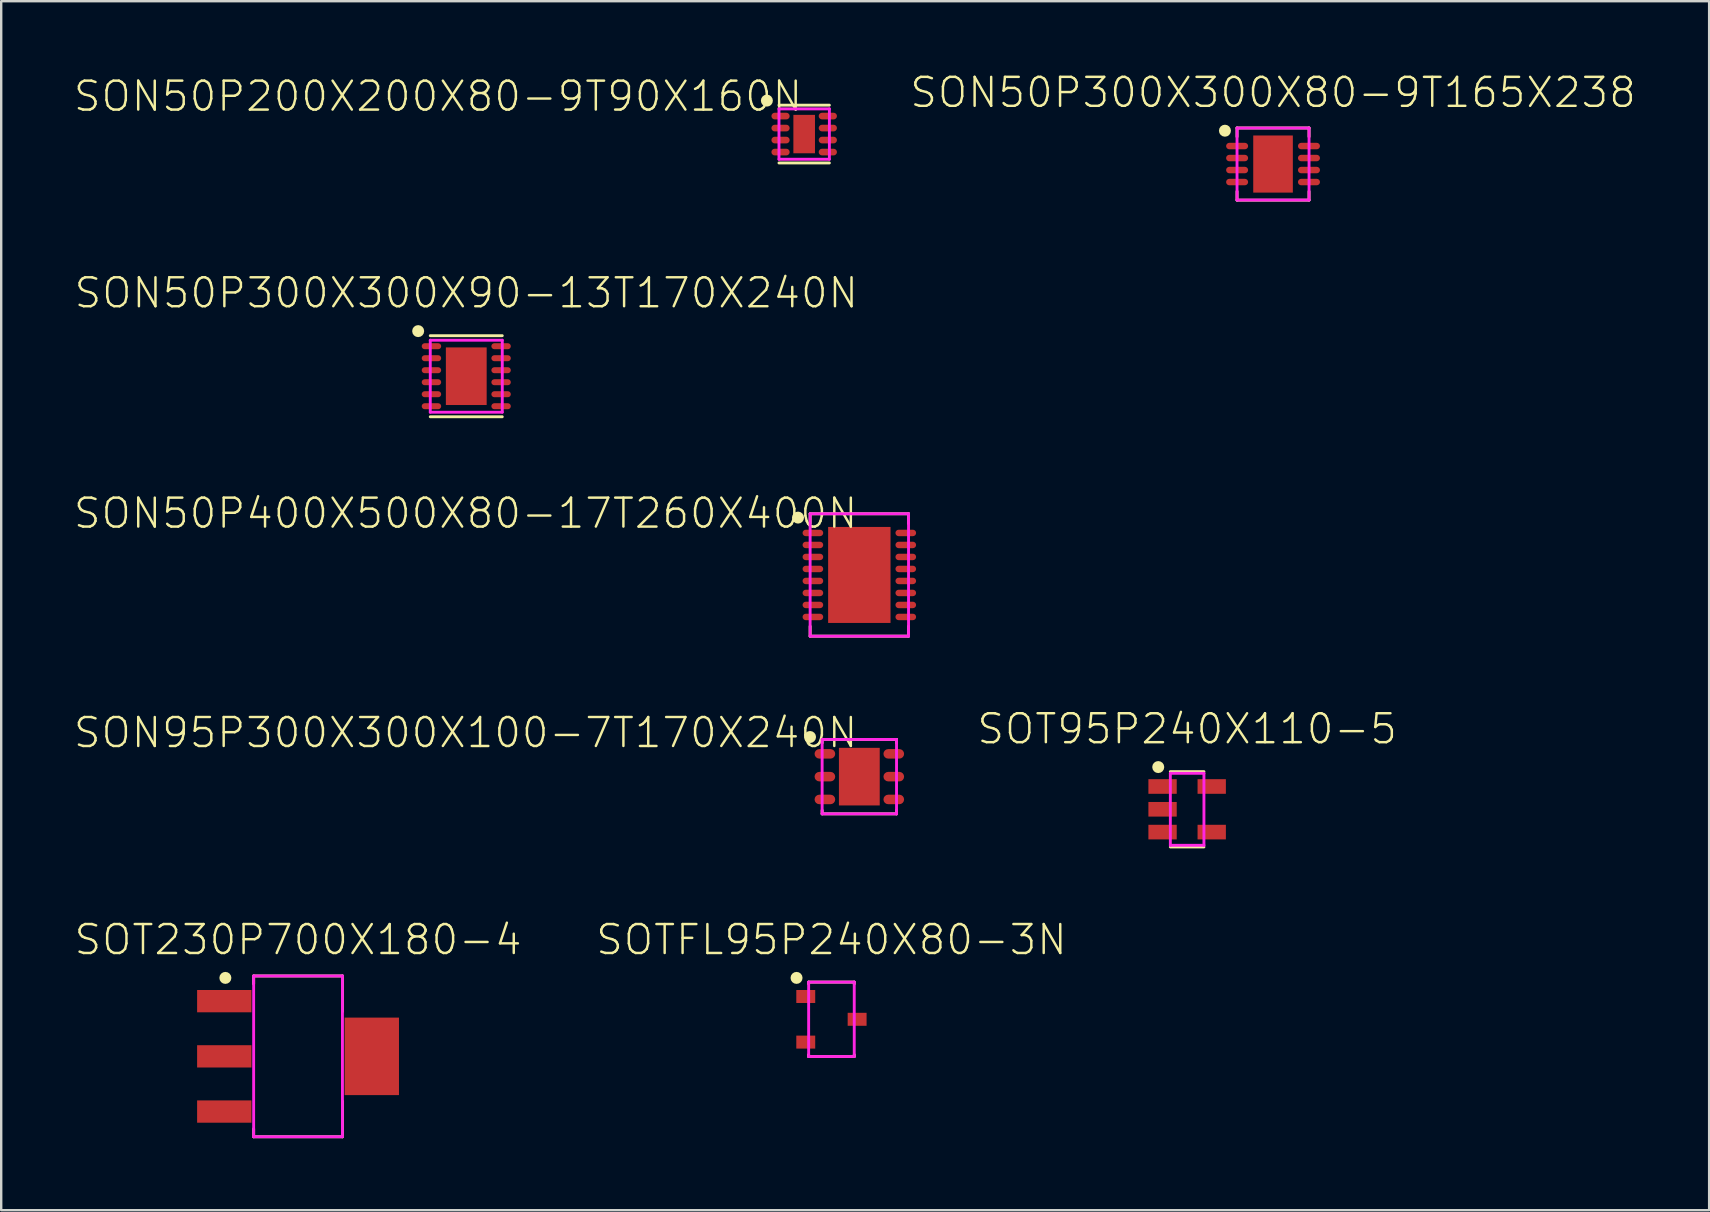
<source format=kicad_pcb>
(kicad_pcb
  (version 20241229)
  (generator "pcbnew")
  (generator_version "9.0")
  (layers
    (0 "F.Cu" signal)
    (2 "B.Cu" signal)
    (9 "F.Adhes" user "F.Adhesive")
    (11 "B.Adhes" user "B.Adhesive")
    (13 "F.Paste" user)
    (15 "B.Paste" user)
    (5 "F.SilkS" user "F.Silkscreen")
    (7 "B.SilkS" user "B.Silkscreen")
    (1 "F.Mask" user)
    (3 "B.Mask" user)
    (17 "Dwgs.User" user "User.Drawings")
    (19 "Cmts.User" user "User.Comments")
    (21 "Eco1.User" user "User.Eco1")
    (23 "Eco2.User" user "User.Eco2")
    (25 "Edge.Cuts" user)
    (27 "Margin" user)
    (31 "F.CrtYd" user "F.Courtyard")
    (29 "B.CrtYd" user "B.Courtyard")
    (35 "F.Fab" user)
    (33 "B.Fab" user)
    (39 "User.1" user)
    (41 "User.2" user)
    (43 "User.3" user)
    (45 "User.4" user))
  (footprint "SON50P400X500X80-17T260X400N"
    (layer "F.Cu")
    (at 32.754 20.905)
    (property "Reference" "SON50P400X500X80-17T260X400N" (at 0 -3.274 0) (layer "F.SilkS") (effects (font (size 1.206 1.206) (thickness 0.102)) (justify right top)))
    (attr through_hole)
    (fp_line (start -2.05 -2.55) (end 2.05 -2.55) (stroke (width 0.12) (type solid)) (layer "F.SilkS"))
    (fp_line (start -2.05 -2.139) (end -2.05 -2.55) (stroke (width 0.12) (type solid)) (layer "F.SilkS"))
    (fp_line (start -2.05 2.139) (end -2.05 2.55) (stroke (width 0.12) (type solid)) (layer "F.SilkS"))
    (fp_line (start -2.05 2.55) (end 2.05 2.55) (stroke (width 0.12) (type solid)) (layer "F.SilkS"))
    (fp_line (start 2.05 -2.55) (end 2.05 -2.139) (stroke (width 0.12) (type solid)) (layer "F.SilkS"))
    (fp_line (start 2.05 2.55) (end 2.05 2.139) (stroke (width 0.12) (type solid)) (layer "F.SilkS"))
    (fp_circle (center -2.554 -2.389) (end -2.429 -2.389) (stroke (width 0.25) (type solid)) (fill no) (layer "F.SilkS"))
    (fp_line (start -2.05 -2.55) (end 2.05 -2.55) (stroke (width 0.12) (type solid)) (layer "F.CrtYd"))
    (fp_line (start -2.05 2.55) (end -2.05 -2.55) (stroke (width 0.12) (type solid)) (layer "F.CrtYd"))
    (fp_line (start 2.05 -2.55) (end 2.05 2.55) (stroke (width 0.12) (type solid)) (layer "F.CrtYd"))
    (fp_line (start 2.05 2.55) (end -2.05 2.55) (stroke (width 0.12) (type solid)) (layer "F.CrtYd"))
    (pad "1" smd roundrect (at -1.935 -1.75) (size 0.86 0.27) (layers "F.Cu" "F.Mask" "F.Paste") (roundrect_rratio 0.5))
    (pad "2" smd roundrect (at -1.935 -1.25) (size 0.86 0.27) (layers "F.Cu" "F.Mask" "F.Paste") (roundrect_rratio 0.5))
    (pad "3" smd roundrect (at -1.935 -0.75) (size 0.86 0.27) (layers "F.Cu" "F.Mask" "F.Paste") (roundrect_rratio 0.5))
    (pad "4" smd roundrect (at -1.935 -0.25) (size 0.86 0.27) (layers "F.Cu" "F.Mask" "F.Paste") (roundrect_rratio 0.5))
    (pad "5" smd roundrect (at -1.935 0.25) (size 0.86 0.27) (layers "F.Cu" "F.Mask" "F.Paste") (roundrect_rratio 0.5))
    (pad "6" smd roundrect (at -1.935 0.75) (size 0.86 0.27) (layers "F.Cu" "F.Mask" "F.Paste") (roundrect_rratio 0.5))
    (pad "7" smd roundrect (at -1.935 1.25) (size 0.86 0.27) (layers "F.Cu" "F.Mask" "F.Paste") (roundrect_rratio 0.5))
    (pad "8" smd roundrect (at -1.935 1.75) (size 0.86 0.27) (layers "F.Cu" "F.Mask" "F.Paste") (roundrect_rratio 0.5))
    (pad "9" smd roundrect (at 1.935 1.75) (size 0.86 0.27) (layers "F.Cu" "F.Mask" "F.Paste") (roundrect_rratio 0.5))
    (pad "10" smd roundrect (at 1.935 1.25) (size 0.86 0.27) (layers "F.Cu" "F.Mask" "F.Paste") (roundrect_rratio 0.5))
    (pad "11" smd roundrect (at 1.935 0.75) (size 0.86 0.27) (layers "F.Cu" "F.Mask" "F.Paste") (roundrect_rratio 0.5))
    (pad "12" smd roundrect (at 1.935 0.25) (size 0.86 0.27) (layers "F.Cu" "F.Mask" "F.Paste") (roundrect_rratio 0.5))
    (pad "13" smd roundrect (at 1.935 -0.25) (size 0.86 0.27) (layers "F.Cu" "F.Mask" "F.Paste") (roundrect_rratio 0.5))
    (pad "14" smd roundrect (at 1.935 -0.75) (size 0.86 0.27) (layers "F.Cu" "F.Mask" "F.Paste") (roundrect_rratio 0.5))
    (pad "15" smd roundrect (at 1.935 -1.25) (size 0.86 0.27) (layers "F.Cu" "F.Mask" "F.Paste") (roundrect_rratio 0.5))
    (pad "16" smd roundrect (at 1.935 -1.75) (size 0.86 0.27) (layers "F.Cu" "F.Mask" "F.Paste") (roundrect_rratio 0.5))
    (pad "17" smd rect (at 0 0) (size 2.6 4) (layers "F.Cu" "F.Mask" "F.Paste")))
  (footprint "SON95P300X300X100-7T170X240N"
    (layer "F.Cu")
    (at 32.754 29.309)
    (property "Reference" "SON95P300X300X100-7T170X240N" (at 0 -2.537 0) (layer "F.SilkS") (effects (font (size 1.206 1.206) (thickness 0.102)) (justify right top)))
    (attr through_hole)
    (fp_line (start -1.55 -1.55) (end 1.55 -1.55) (stroke (width 0.12) (type solid)) (layer "F.SilkS"))
    (fp_line (start -1.55 -1.402) (end -1.55 -1.55) (stroke (width 0.12) (type solid)) (layer "F.SilkS"))
    (fp_line (start -1.55 1.402) (end -1.55 1.55) (stroke (width 0.12) (type solid)) (layer "F.SilkS"))
    (fp_line (start -1.55 1.55) (end 1.55 1.55) (stroke (width 0.12) (type solid)) (layer "F.SilkS"))
    (fp_line (start 1.55 -1.55) (end 1.55 -1.402) (stroke (width 0.12) (type solid)) (layer "F.SilkS"))
    (fp_line (start 1.55 1.55) (end 1.55 1.402) (stroke (width 0.12) (type solid)) (layer "F.SilkS"))
    (fp_circle (center -2.054 -1.652) (end -1.929 -1.652) (stroke (width 0.25) (type solid)) (fill no) (layer "F.SilkS"))
    (fp_line (start -1.55 -1.55) (end 1.55 -1.55) (stroke (width 0.12) (type solid)) (layer "F.CrtYd"))
    (fp_line (start -1.55 1.55) (end -1.55 -1.55) (stroke (width 0.12) (type solid)) (layer "F.CrtYd"))
    (fp_line (start 1.55 -1.55) (end 1.55 1.55) (stroke (width 0.12) (type solid)) (layer "F.CrtYd"))
    (fp_line (start 1.55 1.55) (end -1.55 1.55) (stroke (width 0.12) (type solid)) (layer "F.CrtYd"))
    (pad "1" smd roundrect (at -1.435 -0.95) (size 0.86 0.397) (layers "F.Cu" "F.Mask" "F.Paste") (roundrect_rratio 0.5))
    (pad "2" smd roundrect (at -1.435 0) (size 0.86 0.397) (layers "F.Cu" "F.Mask" "F.Paste") (roundrect_rratio 0.5))
    (pad "3" smd roundrect (at -1.435 0.95) (size 0.86 0.397) (layers "F.Cu" "F.Mask" "F.Paste") (roundrect_rratio 0.5))
    (pad "4" smd roundrect (at 1.435 0.95) (size 0.86 0.397) (layers "F.Cu" "F.Mask" "F.Paste") (roundrect_rratio 0.5))
    (pad "5" smd roundrect (at 1.435 0) (size 0.86 0.397) (layers "F.Cu" "F.Mask" "F.Paste") (roundrect_rratio 0.5))
    (pad "6" smd roundrect (at 1.435 -0.95) (size 0.86 0.397) (layers "F.Cu" "F.Mask" "F.Paste") (roundrect_rratio 0.5))
    (pad "7" smd rect (at 0 0) (size 1.7 2.4) (layers "F.Cu" "F.Mask" "F.Paste")))
  (footprint "SON50P200X200X80-9T90X160N"
    (layer "F.Cu")
    (at 30.456 2.536)
    (property "Reference" "SON50P200X200X80-9T90X160N" (at 0 -2.279 0) (layer "F.SilkS") (effects (font (size 1.206 1.206) (thickness 0.102)) (justify right top)))
    (attr through_hole)
    (fp_line (start -1.05 -1.204) (end 1.05 -1.204) (stroke (width 0.12) (type solid)) (layer "F.SilkS"))
    (fp_line (start -1.05 1.204) (end 1.05 1.204) (stroke (width 0.12) (type solid)) (layer "F.SilkS"))
    (fp_circle (center -1.554 -1.394) (end -1.429 -1.394) (stroke (width 0.25) (type solid)) (fill no) (layer "F.SilkS"))
    (fp_line (start -1.05 -1.05) (end 1.05 -1.05) (stroke (width 0.12) (type solid)) (layer "F.CrtYd"))
    (fp_line (start -1.05 1.05) (end -1.05 -1.05) (stroke (width 0.12) (type solid)) (layer "F.CrtYd"))
    (fp_line (start 1.05 -1.05) (end 1.05 1.05) (stroke (width 0.12) (type solid)) (layer "F.CrtYd"))
    (fp_line (start 1.05 1.05) (end -1.05 1.05) (stroke (width 0.12) (type solid)) (layer "F.CrtYd"))
    (pad "1" smd roundrect (at -0.985 -0.75) (size 0.76 0.279) (layers "F.Cu" "F.Mask" "F.Paste") (roundrect_rratio 0.5))
    (pad "2" smd roundrect (at -0.985 -0.25) (size 0.76 0.279) (layers "F.Cu" "F.Mask" "F.Paste") (roundrect_rratio 0.5))
    (pad "3" smd roundrect (at -0.985 0.25) (size 0.76 0.279) (layers "F.Cu" "F.Mask" "F.Paste") (roundrect_rratio 0.5))
    (pad "4" smd roundrect (at -0.985 0.75) (size 0.76 0.279) (layers "F.Cu" "F.Mask" "F.Paste") (roundrect_rratio 0.5))
    (pad "5" smd roundrect (at 0.985 0.75) (size 0.76 0.279) (layers "F.Cu" "F.Mask" "F.Paste") (roundrect_rratio 0.5))
    (pad "6" smd roundrect (at 0.985 0.25) (size 0.76 0.279) (layers "F.Cu" "F.Mask" "F.Paste") (roundrect_rratio 0.5))
    (pad "7" smd roundrect (at 0.985 -0.25) (size 0.76 0.279) (layers "F.Cu" "F.Mask" "F.Paste") (roundrect_rratio 0.5))
    (pad "8" smd roundrect (at 0.985 -0.75) (size 0.76 0.279) (layers "F.Cu" "F.Mask" "F.Paste") (roundrect_rratio 0.5))
    (pad "9" smd rect (at 0 0) (size 0.9 1.6) (layers "F.Cu" "F.Mask" "F.Paste")))
  (footprint "SON50P300X300X80-9T165X238"
    (layer "F.Cu")
    (at 49.991 3.785)
    (property "Reference" "SON50P300X300X80-9T165X238" (at 0 -2.274 0) (layer "F.SilkS") (effects (font (size 1.206 1.206) (thickness 0.102)) (justify bottom)))
    (attr through_hole)
    (fp_line (start -1.5 -1.504) (end 1.5 -1.504) (stroke (width 0.12) (type solid)) (layer "F.SilkS"))
    (fp_line (start -1.5 -1.139) (end -1.5 -1.504) (stroke (width 0.12) (type solid)) (layer "F.SilkS"))
    (fp_line (start -1.5 1.139) (end -1.5 1.504) (stroke (width 0.12) (type solid)) (layer "F.SilkS"))
    (fp_line (start -1.5 1.504) (end 1.5 1.504) (stroke (width 0.12) (type solid)) (layer "F.SilkS"))
    (fp_line (start 1.5 -1.504) (end 1.5 -1.139) (stroke (width 0.12) (type solid)) (layer "F.SilkS"))
    (fp_line (start 1.5 1.504) (end 1.5 1.139) (stroke (width 0.12) (type solid)) (layer "F.SilkS"))
    (fp_circle (center -2.004 -1.389) (end -1.879 -1.389) (stroke (width 0.25) (type solid)) (fill no) (layer "F.SilkS"))
    (fp_line (start -1.5 -1.5) (end 1.5 -1.5) (stroke (width 0.12) (type solid)) (layer "F.CrtYd"))
    (fp_line (start -1.5 1.5) (end -1.5 -1.5) (stroke (width 0.12) (type solid)) (layer "F.CrtYd"))
    (fp_line (start 1.5 -1.5) (end 1.5 1.5) (stroke (width 0.12) (type solid)) (layer "F.CrtYd"))
    (fp_line (start 1.5 1.5) (end -1.5 1.5) (stroke (width 0.12) (type solid)) (layer "F.CrtYd"))
    (pad "1" smd roundrect (at -1.497 -0.75) (size 0.917 0.27) (layers "F.Cu" "F.Mask" "F.Paste") (roundrect_rratio 0.5))
    (pad "2" smd roundrect (at -1.497 -0.25) (size 0.917 0.27) (layers "F.Cu" "F.Mask" "F.Paste") (roundrect_rratio 0.5))
    (pad "3" smd roundrect (at -1.497 0.25) (size 0.917 0.27) (layers "F.Cu" "F.Mask" "F.Paste") (roundrect_rratio 0.5))
    (pad "4" smd roundrect (at -1.497 0.75) (size 0.917 0.27) (layers "F.Cu" "F.Mask" "F.Paste") (roundrect_rratio 0.5))
    (pad "5" smd roundrect (at 1.497 0.75) (size 0.917 0.27) (layers "F.Cu" "F.Mask" "F.Paste") (roundrect_rratio 0.5))
    (pad "6" smd roundrect (at 1.497 0.25) (size 0.917 0.27) (layers "F.Cu" "F.Mask" "F.Paste") (roundrect_rratio 0.5))
    (pad "7" smd roundrect (at 1.497 -0.25) (size 0.917 0.27) (layers "F.Cu" "F.Mask" "F.Paste") (roundrect_rratio 0.5))
    (pad "8" smd roundrect (at 1.497 -0.75) (size 0.917 0.27) (layers "F.Cu" "F.Mask" "F.Paste") (roundrect_rratio 0.5))
    (pad "9" smd rect (at 0 0) (size 1.65 2.38) (layers "F.Cu" "F.Mask" "F.Paste")))
  (footprint "SOTFL95P240X80-3N"
    (layer "F.Cu")
    (at 31.592 39.419)
    (property "Reference" "SOTFL95P240X80-3N" (at 0 -2.61 0) (layer "F.SilkS") (effects (font (size 1.206 1.206) (thickness 0.102)) (justify bottom)))
    (attr through_hole)
    (fp_line (start -0.95 -1.55) (end 0.95 -1.55) (stroke (width 0.12) (type solid)) (layer "F.SilkS"))
    (fp_line (start -0.95 -1.475) (end -0.95 -1.55) (stroke (width 0.12) (type solid)) (layer "F.SilkS"))
    (fp_line (start -0.95 1.475) (end -0.95 1.55) (stroke (width 0.12) (type solid)) (layer "F.SilkS"))
    (fp_line (start -0.95 1.55) (end 0.95 1.55) (stroke (width 0.12) (type solid)) (layer "F.SilkS"))
    (fp_line (start 0.95 -1.55) (end 0.95 -1.475) (stroke (width 0.12) (type solid)) (layer "F.SilkS"))
    (fp_line (start 0.95 1.55) (end 0.95 1.475) (stroke (width 0.12) (type solid)) (layer "F.SilkS"))
    (fp_circle (center -1.454 -1.725) (end -1.329 -1.725) (stroke (width 0.25) (type solid)) (fill no) (layer "F.SilkS"))
    (fp_line (start -0.95 -1.55) (end 0.95 -1.55) (stroke (width 0.12) (type solid)) (layer "F.CrtYd"))
    (fp_line (start -0.95 1.55) (end -0.95 -1.55) (stroke (width 0.12) (type solid)) (layer "F.CrtYd"))
    (fp_line (start 0.95 -1.55) (end 0.95 1.55) (stroke (width 0.12) (type solid)) (layer "F.CrtYd"))
    (fp_line (start 0.95 1.55) (end -0.95 1.55) (stroke (width 0.12) (type solid)) (layer "F.CrtYd"))
    (pad "1" smd rect (at -1.07 -0.95) (size 0.788 0.541) (layers "F.Cu" "F.Mask" "F.Paste"))
    (pad "2" smd rect (at -1.07 0.95) (size 0.788 0.541) (layers "F.Cu" "F.Mask" "F.Paste"))
    (pad "3" smd rect (at 1.07 0) (size 0.788 0.541) (layers "F.Cu" "F.Mask" "F.Paste")))
  (footprint "SOT95P240X110-5"
    (layer "F.Cu")
    (at 46.412 30.669)
    (property "Reference" "SOT95P240X110-5" (at 0 -2.644 0) (layer "F.SilkS") (effects (font (size 1.206 1.206) (thickness 0.102)) (justify bottom)))
    (attr through_hole)
    (fp_line (start -0.7 -1.569) (end 0.7 -1.569) (stroke (width 0.12) (type solid)) (layer "F.SilkS"))
    (fp_line (start -0.7 1.569) (end 0.7 1.569) (stroke (width 0.12) (type solid)) (layer "F.SilkS"))
    (fp_circle (center -1.204 -1.759) (end -1.079 -1.759) (stroke (width 0.25) (type solid)) (fill no) (layer "F.SilkS"))
    (fp_line (start -0.7 -1.5) (end 0.7 -1.5) (stroke (width 0.12) (type solid)) (layer "F.CrtYd"))
    (fp_line (start -0.7 1.5) (end -0.7 -1.5) (stroke (width 0.12) (type solid)) (layer "F.CrtYd"))
    (fp_line (start 0.7 -1.5) (end 0.7 1.5) (stroke (width 0.12) (type solid)) (layer "F.CrtYd"))
    (fp_line (start 0.7 1.5) (end -0.7 1.5) (stroke (width 0.12) (type solid)) (layer "F.CrtYd"))
    (pad "1" smd rect (at -1.024 -0.95) (size 1.18 0.609) (layers "F.Cu" "F.Mask" "F.Paste"))
    (pad "2" smd rect (at -1.024 0) (size 1.18 0.609) (layers "F.Cu" "F.Mask" "F.Paste"))
    (pad "3" smd rect (at -1.024 0.95) (size 1.18 0.609) (layers "F.Cu" "F.Mask" "F.Paste"))
    (pad "4" smd rect (at 1.024 0.95) (size 1.18 0.609) (layers "F.Cu" "F.Mask" "F.Paste"))
    (pad "5" smd rect (at 1.024 -0.95) (size 1.18 0.609) (layers "F.Cu" "F.Mask" "F.Paste")))
  (footprint "SON50P300X300X90-13T170X240N"
    (layer "F.Cu")
    (at 16.377 12.625)
    (property "Reference" "SON50P300X300X90-13T170X240N" (at 0 -2.764 0) (layer "F.SilkS") (effects (font (size 1.206 1.206) (thickness 0.102)) (justify bottom)))
    (attr through_hole)
    (fp_line (start -1.5 -1.689) (end 1.5 -1.689) (stroke (width 0.12) (type solid)) (layer "F.SilkS"))
    (fp_line (start -1.5 1.689) (end 1.5 1.689) (stroke (width 0.12) (type solid)) (layer "F.SilkS"))
    (fp_circle (center -2.004 -1.879) (end -1.879 -1.879) (stroke (width 0.25) (type solid)) (fill no) (layer "F.SilkS"))
    (fp_line (start -1.5 -1.5) (end 1.5 -1.5) (stroke (width 0.12) (type solid)) (layer "F.CrtYd"))
    (fp_line (start -1.5 1.5) (end -1.5 -1.5) (stroke (width 0.12) (type solid)) (layer "F.CrtYd"))
    (fp_line (start 1.5 -1.5) (end 1.5 1.5) (stroke (width 0.12) (type solid)) (layer "F.CrtYd"))
    (fp_line (start 1.5 1.5) (end -1.5 1.5) (stroke (width 0.12) (type solid)) (layer "F.CrtYd"))
    (pad "1" smd roundrect (at -1.451 -1.25) (size 0.811 0.25) (layers "F.Cu" "F.Mask" "F.Paste") (roundrect_rratio 0.5))
    (pad "2" smd roundrect (at -1.451 -0.75) (size 0.811 0.25) (layers "F.Cu" "F.Mask" "F.Paste") (roundrect_rratio 0.5))
    (pad "3" smd roundrect (at -1.451 -0.25) (size 0.811 0.25) (layers "F.Cu" "F.Mask" "F.Paste") (roundrect_rratio 0.5))
    (pad "4" smd roundrect (at -1.451 0.25) (size 0.811 0.25) (layers "F.Cu" "F.Mask" "F.Paste") (roundrect_rratio 0.5))
    (pad "5" smd roundrect (at -1.451 0.75) (size 0.811 0.25) (layers "F.Cu" "F.Mask" "F.Paste") (roundrect_rratio 0.5))
    (pad "6" smd roundrect (at -1.451 1.25) (size 0.811 0.25) (layers "F.Cu" "F.Mask" "F.Paste") (roundrect_rratio 0.5))
    (pad "7" smd roundrect (at 1.451 1.25) (size 0.811 0.25) (layers "F.Cu" "F.Mask" "F.Paste") (roundrect_rratio 0.5))
    (pad "8" smd roundrect (at 1.451 0.75) (size 0.811 0.25) (layers "F.Cu" "F.Mask" "F.Paste") (roundrect_rratio 0.5))
    (pad "9" smd roundrect (at 1.451 0.25) (size 0.811 0.25) (layers "F.Cu" "F.Mask" "F.Paste") (roundrect_rratio 0.5))
    (pad "10" smd roundrect (at 1.451 -0.25) (size 0.811 0.25) (layers "F.Cu" "F.Mask" "F.Paste") (roundrect_rratio 0.5))
    (pad "11" smd roundrect (at 1.451 -0.75) (size 0.811 0.25) (layers "F.Cu" "F.Mask" "F.Paste") (roundrect_rratio 0.5))
    (pad "12" smd roundrect (at 1.451 -1.25) (size 0.811 0.25) (layers "F.Cu" "F.Mask" "F.Paste") (roundrect_rratio 0.5))
    (pad "13" smd rect (at 0 0) (size 1.7 2.4) (layers "F.Cu" "F.Mask" "F.Paste")))
  (footprint "SOT230P700X180-4"
    (layer "F.Cu")
    (at 9.368 40.963)
    (property "Reference" "SOT230P700X180-4" (at 0 -4.154 0) (layer "F.SilkS") (effects (font (size 1.206 1.206) (thickness 0.102)) (justify bottom)))
    (attr through_hole)
    (fp_line (start -1.85 -3.35) (end 1.85 -3.35) (stroke (width 0.12) (type solid)) (layer "F.SilkS"))
    (fp_line (start -1.85 -3.019) (end -1.85 -3.35) (stroke (width 0.12) (type solid)) (layer "F.SilkS"))
    (fp_line (start -1.85 3.019) (end -1.85 3.35) (stroke (width 0.12) (type solid)) (layer "F.SilkS"))
    (fp_line (start -1.85 3.35) (end 1.85 3.35) (stroke (width 0.12) (type solid)) (layer "F.SilkS"))
    (fp_line (start 1.85 -3.35) (end 1.85 -1.869) (stroke (width 0.12) (type solid)) (layer "F.SilkS"))
    (fp_line (start 1.85 3.35) (end 1.85 1.869) (stroke (width 0.12) (type solid)) (layer "F.SilkS"))
    (fp_circle (center -3.028 -3.269) (end -2.903 -3.269) (stroke (width 0.25) (type solid)) (fill no) (layer "F.SilkS"))
    (fp_line (start -1.85 -3.35) (end 1.85 -3.35) (stroke (width 0.12) (type solid)) (layer "F.CrtYd"))
    (fp_line (start -1.85 3.35) (end -1.85 -3.35) (stroke (width 0.12) (type solid)) (layer "F.CrtYd"))
    (fp_line (start 1.85 -3.35) (end 1.85 3.35) (stroke (width 0.12) (type solid)) (layer "F.CrtYd"))
    (fp_line (start 1.85 3.35) (end -1.85 3.35) (stroke (width 0.12) (type solid)) (layer "F.CrtYd"))
    (pad "1" smd rect (at -3.073 -2.3) (size 2.265 0.929) (layers "F.Cu" "F.Mask" "F.Paste"))
    (pad "2" smd rect (at -3.073 0) (size 2.265 0.929) (layers "F.Cu" "F.Mask" "F.Paste"))
    (pad "3" smd rect (at -3.073 2.3) (size 2.265 0.929) (layers "F.Cu" "F.Mask" "F.Paste"))
    (pad "4" smd rect (at 3.073 0) (size 2.265 3.229) (layers "F.Cu" "F.Mask" "F.Paste")))
  (gr_rect
    (start -3 -3)
    (end 68.161 47.373)
    (stroke (width 0.1) (type default))
    (fill no)
    (layer "Edge.Cuts")))
</source>
